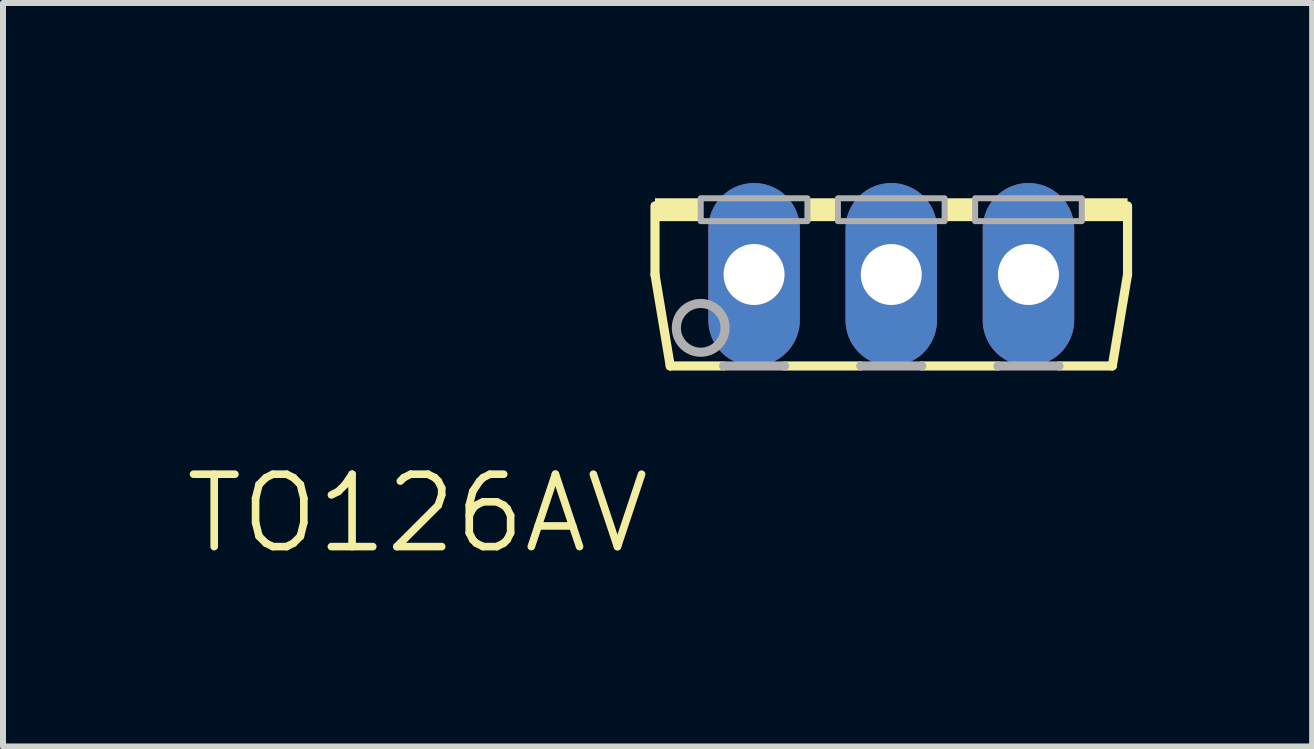
<source format=kicad_pcb>
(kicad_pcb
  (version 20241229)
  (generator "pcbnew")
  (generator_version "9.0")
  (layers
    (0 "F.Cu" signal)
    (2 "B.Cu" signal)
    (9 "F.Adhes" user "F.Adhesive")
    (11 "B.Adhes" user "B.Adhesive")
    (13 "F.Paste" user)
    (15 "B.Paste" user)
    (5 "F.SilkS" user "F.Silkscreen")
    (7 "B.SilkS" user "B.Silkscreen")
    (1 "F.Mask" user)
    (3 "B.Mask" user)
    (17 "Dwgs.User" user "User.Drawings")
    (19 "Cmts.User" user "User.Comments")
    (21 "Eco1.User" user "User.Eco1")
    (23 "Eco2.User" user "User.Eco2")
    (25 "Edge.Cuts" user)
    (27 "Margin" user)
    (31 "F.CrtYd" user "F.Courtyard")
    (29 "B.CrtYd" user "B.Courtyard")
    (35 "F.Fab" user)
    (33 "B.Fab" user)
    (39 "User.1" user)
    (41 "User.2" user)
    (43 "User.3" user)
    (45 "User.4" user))
  (footprint "TO126AV"
    (layer "F.Cu")
    (at 11.801 0.254)
    (property "Reference" "TO126AV" (at -3.962 4.547 0) (layer "F.SilkS") (effects (font (size 1.206 1.206) (thickness 0.127)) (justify right top)))
    (attr through_hole)
    (fp_line (start -3.937 0.127) (end -3.937 1.27) (stroke (width 0.152) (type solid)) (layer "F.SilkS"))
    (fp_line (start -3.937 1.27) (end -3.683 2.794) (stroke (width 0.152) (type solid)) (layer "F.SilkS"))
    (fp_line (start -3.683 2.794) (end -2.794 2.794) (stroke (width 0.152) (type solid)) (layer "F.SilkS"))
    (fp_line (start -1.778 2.794) (end -0.508 2.794) (stroke (width 0.152) (type solid)) (layer "F.SilkS"))
    (fp_line (start 0.508 2.794) (end 1.778 2.794) (stroke (width 0.152) (type solid)) (layer "F.SilkS"))
    (fp_line (start 2.794 2.794) (end 3.683 2.794) (stroke (width 0.152) (type solid)) (layer "F.SilkS"))
    (fp_line (start 3.683 2.794) (end 3.937 1.27) (stroke (width 0.152) (type solid)) (layer "F.SilkS"))
    (fp_line (start 3.937 1.27) (end 3.937 0.127) (stroke (width 0.152) (type solid)) (layer "F.SilkS"))
    (fp_poly (pts (xy -3.937 0.381) (xy -3.175 0.381) (xy -3.175 0) (xy -3.937 0)) (stroke (width 0) (type solid)) (fill yes) (layer "F.SilkS"))
    (fp_poly (pts (xy -1.397 0.381) (xy -0.889 0.381) (xy -0.889 0) (xy -1.397 0)) (stroke (width 0) (type solid)) (fill yes) (layer "F.SilkS"))
    (fp_poly (pts (xy 0.889 0.381) (xy 1.397 0.381) (xy 1.397 0) (xy 0.889 0)) (stroke (width 0) (type solid)) (fill yes) (layer "F.SilkS"))
    (fp_poly (pts (xy 3.175 0.381) (xy 3.937 0.381) (xy 3.937 0) (xy 3.175 0)) (stroke (width 0) (type solid)) (fill yes) (layer "F.SilkS"))
    (fp_line (start -2.794 2.794) (end -1.778 2.794) (stroke (width 0.152) (type solid)) (layer "F.Fab"))
    (fp_line (start -0.508 2.794) (end 0.508 2.794) (stroke (width 0.152) (type solid)) (layer "F.Fab"))
    (fp_line (start 1.778 2.794) (end 2.794 2.794) (stroke (width 0.152) (type solid)) (layer "F.Fab"))
    (fp_circle (center -3.175 2.159) (end -2.769 2.159) (stroke (width 0.152) (type solid)) (fill no) (layer "F.Fab"))
    (fp_poly (pts (xy -3.175 0.381) (xy -1.397 0.381) (xy -1.397 0) (xy -3.175 0)) (stroke (width 0.1) (type solid)) (fill no) (layer "F.Fab"))
    (fp_poly (pts (xy -0.889 0.381) (xy 0.889 0.381) (xy 0.889 0) (xy -0.889 0)) (stroke (width 0.1) (type solid)) (fill no) (layer "F.Fab"))
    (fp_poly (pts (xy 1.397 0.381) (xy 3.175 0.381) (xy 3.175 0) (xy 1.397 0)) (stroke (width 0.1) (type solid)) (fill no) (layer "F.Fab"))
    (pad "B" thru_hole oval (at 2.286 1.27 90) (size 3.048 1.524) (drill 1.016) (layers "*.Cu" "*.Mask"))
    (pad "C" thru_hole oval (at 0 1.27 90) (size 3.048 1.524) (drill 1.016) (layers "*.Cu" "*.Mask"))
    (pad "E" thru_hole oval (at -2.286 1.27 90) (size 3.048 1.524) (drill 1.016) (layers "*.Cu" "*.Mask")))
  (gr_rect
    (start -3 -3)
    (end 18.814 9.388)
    (stroke (width 0.1) (type default))
    (fill no)
    (layer "Edge.Cuts")))
</source>
